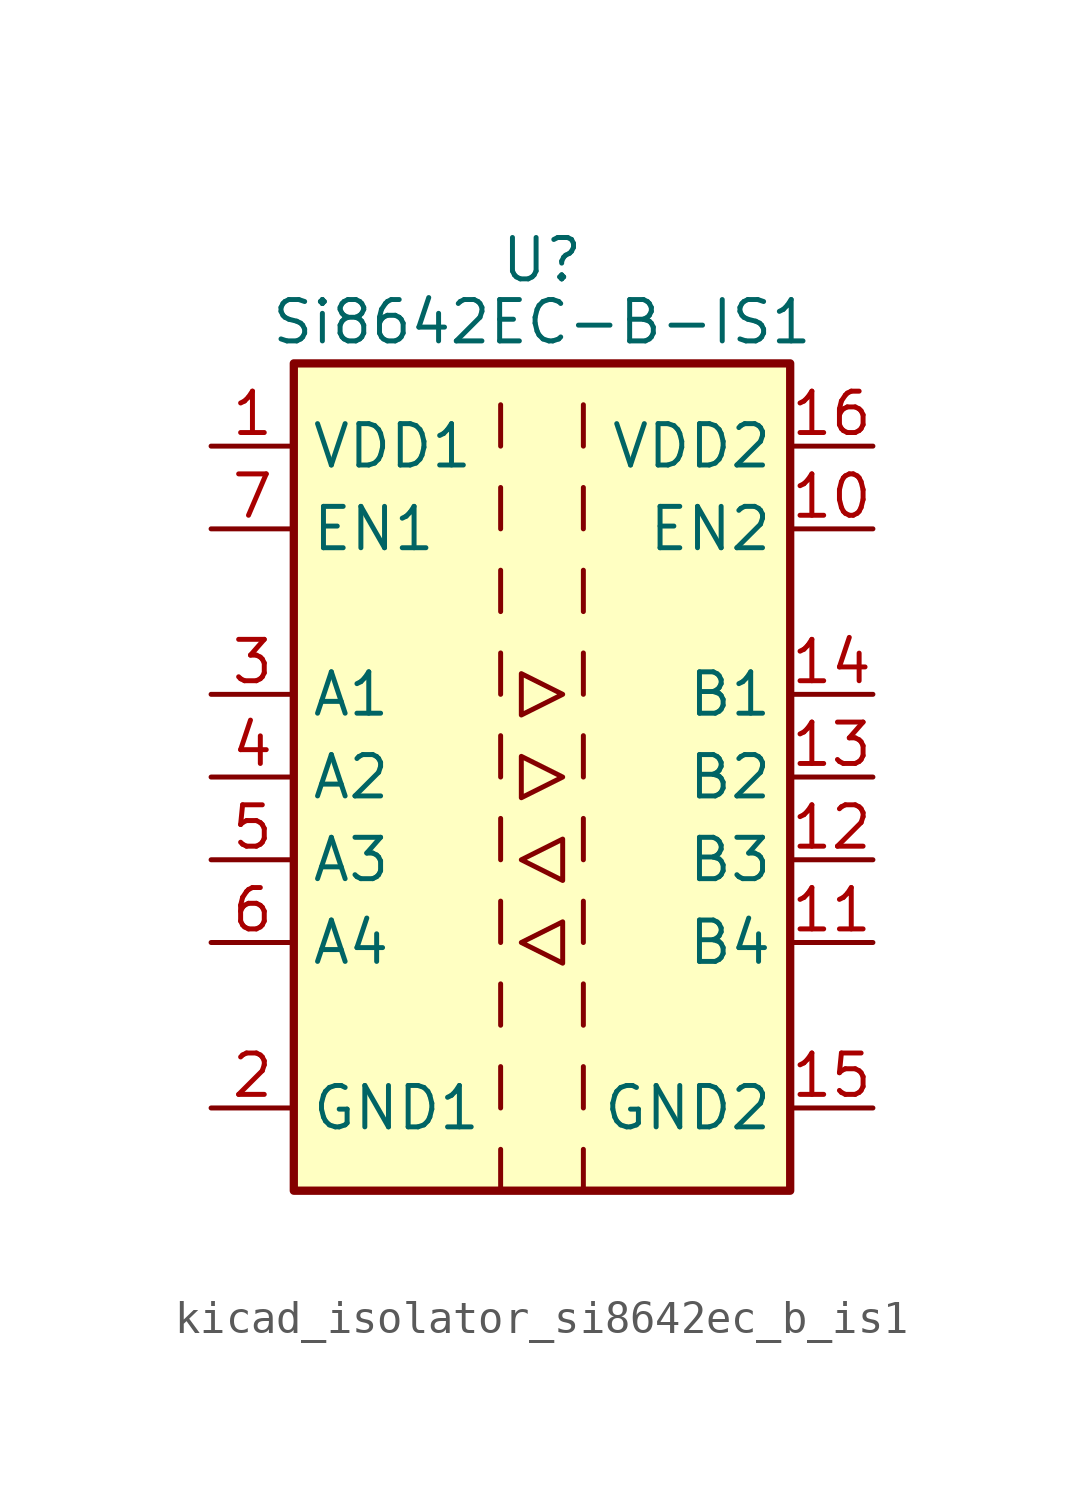
<source format=kicad_sym>
(kicad_symbol_lib
  (version 20220914)
  (generator kicad_symbol_editor)
  (symbol "kicad_isolator_si8642ec_b_is1"
    (property "Reference" "U"
      (at 0 15.875 0)
      (effects (font (size 1.27 1.27))))
    (property "Value" "Si8642EC-B-IS1"
      (at 0 13.97 0)
      (effects (font (size 1.27 1.27))))
    (symbol "kicad_isolator_si8642ec_b_is1_0_1"
      (rectangle (start -7.62 12.7) (end 7.62 -12.7) (stroke (width 0.254) (type default)) (fill (type background)))
      (polyline (pts (xy -1.27 -11.43) (xy -1.27 -12.7)) (stroke (width 0) (type default)) (fill (type none)))
      (polyline (pts (xy -1.27 -8.89) (xy -1.27 -10.16)) (stroke (width 0) (type default)) (fill (type none)))
      (polyline (pts (xy -1.27 -6.35) (xy -1.27 -7.62)) (stroke (width 0) (type default)) (fill (type none)))
      (polyline (pts (xy -1.27 -3.81) (xy -1.27 -5.08)) (stroke (width 0) (type default)) (fill (type none)))
      (polyline (pts (xy -1.27 -1.27) (xy -1.27 -2.54)) (stroke (width 0) (type default)) (fill (type none)))
      (polyline (pts (xy -1.27 1.27) (xy -1.27 0)) (stroke (width 0) (type default)) (fill (type none)))
      (polyline (pts (xy -1.27 3.81) (xy -1.27 2.54)) (stroke (width 0) (type default)) (fill (type none)))
      (polyline (pts (xy -1.27 6.35) (xy -1.27 5.08)) (stroke (width 0) (type default)) (fill (type none)))
      (polyline (pts (xy -1.27 8.89) (xy -1.27 7.62)) (stroke (width 0) (type default)) (fill (type none)))
      (polyline (pts (xy -1.27 11.43) (xy -1.27 10.16)) (stroke (width 0) (type default)) (fill (type none)))
      (polyline (pts (xy 1.27 -11.43) (xy 1.27 -12.7)) (stroke (width 0) (type default)) (fill (type none)))
      (polyline (pts (xy 1.27 -8.89) (xy 1.27 -10.16)) (stroke (width 0) (type default)) (fill (type none)))
      (polyline (pts (xy 1.27 -6.35) (xy 1.27 -7.62)) (stroke (width 0) (type default)) (fill (type none)))
      (polyline (pts (xy 1.27 -3.81) (xy 1.27 -5.08)) (stroke (width 0) (type default)) (fill (type none)))
      (polyline (pts (xy 1.27 -1.27) (xy 1.27 -2.54)) (stroke (width 0) (type default)) (fill (type none)))
      (polyline (pts (xy 1.27 1.27) (xy 1.27 0)) (stroke (width 0) (type default)) (fill (type none)))
      (polyline (pts (xy 1.27 3.81) (xy 1.27 2.54)) (stroke (width 0) (type default)) (fill (type none)))
      (polyline (pts (xy 1.27 6.35) (xy 1.27 5.08)) (stroke (width 0) (type default)) (fill (type none)))
      (polyline (pts (xy 1.27 8.89) (xy 1.27 7.62)) (stroke (width 0) (type default)) (fill (type none)))
      (polyline (pts (xy 1.27 11.43) (xy 1.27 10.16)) (stroke (width 0) (type default)) (fill (type none)))
      (polyline (pts (xy -0.635 -5.08) (xy 0.635 -4.445) (xy 0.635 -5.715) (xy -0.635 -5.08)) (stroke (width 0) (type default)) (fill (type none)))
      (polyline (pts (xy -0.635 -2.54) (xy 0.635 -1.905) (xy 0.635 -3.175) (xy -0.635 -2.54)) (stroke (width 0) (type default)) (fill (type none)))
      (polyline (pts (xy -0.635 0.635) (xy -0.635 -0.635) (xy 0.635 0) (xy -0.635 0.635)) (stroke (width 0) (type default)) (fill (type none)))
      (polyline (pts (xy -0.635 3.175) (xy -0.635 1.905) (xy 0.635 2.54) (xy -0.635 3.175)) (stroke (width 0) (type default)) (fill (type none))))
    (symbol "kicad_isolator_si8642ec_b_is1_1_1"
      (pin power_in line (at -10.16 10.16 0) (length 2.54) (name "VDD1" (effects (font (size 1.27 1.27)))) (number "1" (effects (font (size 1.27 1.27)))))
      (pin input line (at 10.16 7.62 180) (length 2.54) (name "EN2" (effects (font (size 1.27 1.27)))) (number "10" (effects (font (size 1.27 1.27)))))
      (pin input line (at 10.16 -5.08 180) (length 2.54) (name "B4" (effects (font (size 1.27 1.27)))) (number "11" (effects (font (size 1.27 1.27)))))
      (pin input line (at 10.16 -2.54 180) (length 2.54) (name "B3" (effects (font (size 1.27 1.27)))) (number "12" (effects (font (size 1.27 1.27)))))
      (pin output line (at 10.16 0 180) (length 2.54) (name "B2" (effects (font (size 1.27 1.27)))) (number "13" (effects (font (size 1.27 1.27)))))
      (pin output line (at 10.16 2.54 180) (length 2.54) (name "B1" (effects (font (size 1.27 1.27)))) (number "14" (effects (font (size 1.27 1.27)))))
      (pin power_in line (at 10.16 -10.16 180) (length 2.54) (name "GND2" (effects (font (size 1.27 1.27)))) (number "15" (effects (font (size 1.27 1.27)))))
      (pin power_in line (at 10.16 10.16 180) (length 2.54) (name "VDD2" (effects (font (size 1.27 1.27)))) (number "16" (effects (font (size 1.27 1.27)))))
      (pin power_in line (at -10.16 -10.16 0) (length 2.54) (name "GND1" (effects (font (size 1.27 1.27)))) (number "2" (effects (font (size 1.27 1.27)))))
      (pin input line (at -10.16 2.54 0) (length 2.54) (name "A1" (effects (font (size 1.27 1.27)))) (number "3" (effects (font (size 1.27 1.27)))))
      (pin input line (at -10.16 0 0) (length 2.54) (name "A2" (effects (font (size 1.27 1.27)))) (number "4" (effects (font (size 1.27 1.27)))))
      (pin output line (at -10.16 -2.54 0) (length 2.54) (name "A3" (effects (font (size 1.27 1.27)))) (number "5" (effects (font (size 1.27 1.27)))))
      (pin output line (at -10.16 -5.08 0) (length 2.54) (name "A4" (effects (font (size 1.27 1.27)))) (number "6" (effects (font (size 1.27 1.27)))))
      (pin input line (at -10.16 7.62 0) (length 2.54) (name "EN1" (effects (font (size 1.27 1.27)))) (number "7" (effects (font (size 1.27 1.27)))))
      (pin passive line (at -10.16 -10.16 0) (length 2.54) hide (name "GND1" (effects (font (size 1.27 1.27)))) (number "8" (effects (font (size 1.27 1.27)))))
      (pin passive line (at 10.16 -10.16 180) (length 2.54) hide (name "GND2" (effects (font (size 1.27 1.27)))) (number "9" (effects (font (size 1.27 1.27))))))))
</source>
